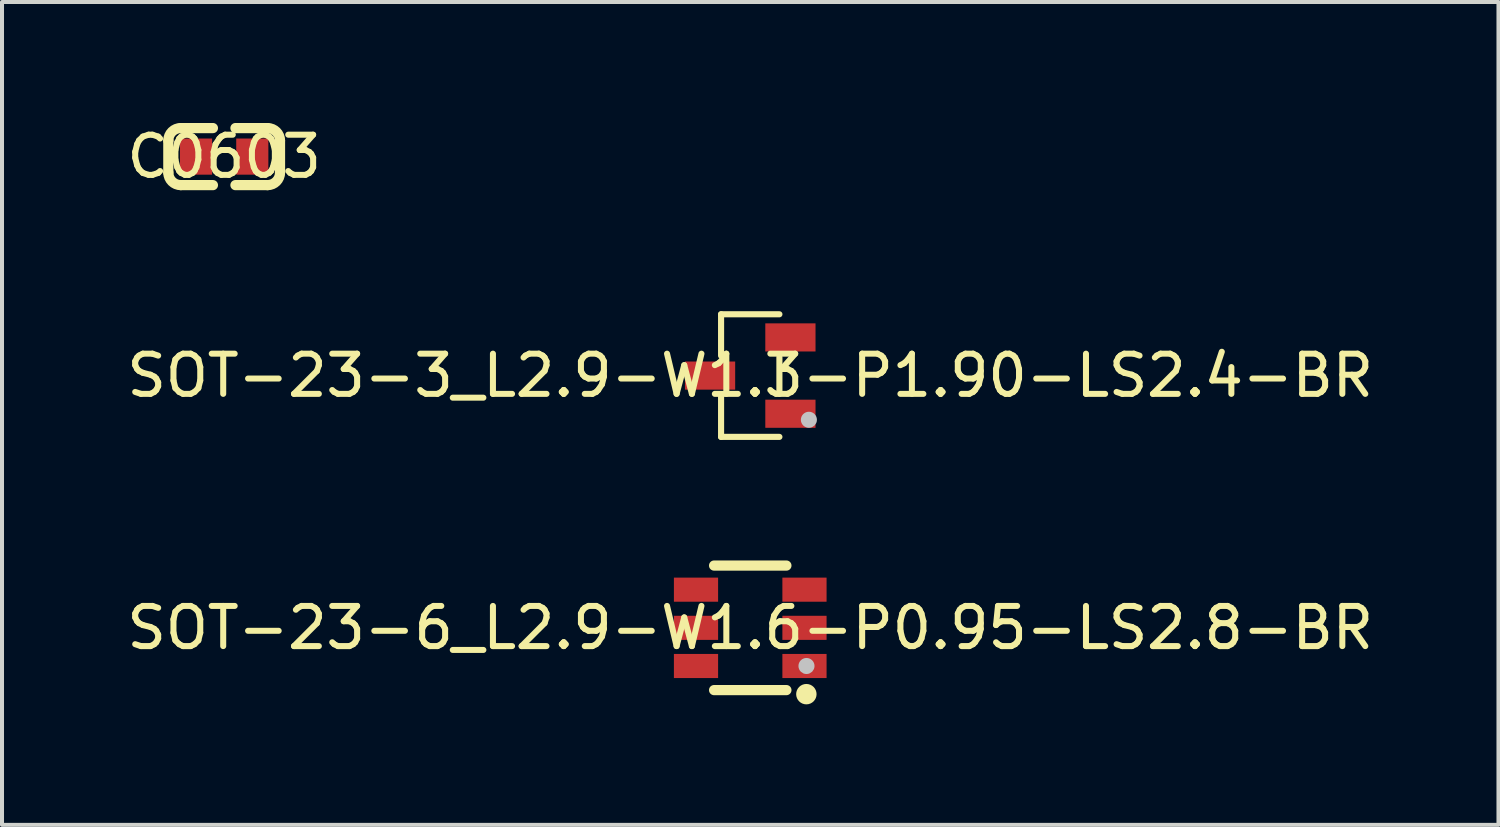
<source format=kicad_pcb>
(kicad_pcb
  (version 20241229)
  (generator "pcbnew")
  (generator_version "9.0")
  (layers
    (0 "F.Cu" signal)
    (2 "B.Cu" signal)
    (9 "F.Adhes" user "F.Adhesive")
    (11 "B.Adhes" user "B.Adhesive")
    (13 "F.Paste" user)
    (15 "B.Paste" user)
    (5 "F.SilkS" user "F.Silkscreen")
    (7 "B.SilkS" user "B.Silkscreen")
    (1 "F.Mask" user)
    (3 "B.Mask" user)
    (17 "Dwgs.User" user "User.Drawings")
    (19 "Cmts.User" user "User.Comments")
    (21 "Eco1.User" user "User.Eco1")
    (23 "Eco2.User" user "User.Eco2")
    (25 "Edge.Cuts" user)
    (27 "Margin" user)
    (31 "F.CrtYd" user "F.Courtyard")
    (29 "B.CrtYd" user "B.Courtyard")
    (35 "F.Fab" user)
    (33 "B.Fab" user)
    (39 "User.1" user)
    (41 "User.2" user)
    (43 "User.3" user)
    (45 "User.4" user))
  (footprint "SOT-23-6_L2.9-W1.6-P0.95-LS2.8-BR"
    (layer "F.Cu")
    (at 15.625 12.578)
    (property "Reference" "SOT-23-6_L2.9-W1.6-P0.95-LS2.8-BR" (at 0 0 0) (layer "F.SilkS") (effects (font (size 1 1) (thickness 0.15))))
    (fp_line (start -0.9 -1.55) (end 0.9 -1.55) (stroke (width 0.254) (type default)) (layer "F.SilkS"))
    (fp_line (start -0.9 1.55) (end 0.9 1.55) (stroke (width 0.254) (type default)) (layer "F.SilkS"))
    (fp_circle (center 1.397 1.651) (end 1.524 1.651) (stroke (width 0.254) (type default)) (fill no) (layer "F.SilkS"))
    (fp_circle (center 1.4 0.95) (end 1.5 0.95) (stroke (width 0.2) (type default)) (fill no) (layer "Dwgs.User"))
    (fp_poly (pts (xy -0.935 -0.735) (xy -0.935 -1.165) (xy -0.79 -1.165) (xy -0.79 -0.735)) (stroke (width 0.1) (type default)) (fill no) (layer "User.1"))
    (fp_poly (pts (xy -0.935 0.215) (xy -0.935 -0.215) (xy -0.79 -0.215) (xy -0.79 0.215)) (stroke (width 0.1) (type default)) (fill no) (layer "User.1"))
    (fp_poly (pts (xy -0.935 1.165) (xy -0.935 0.735) (xy -0.79 0.735) (xy -0.79 1.165)) (stroke (width 0.1) (type default)) (fill no) (layer "User.1"))
    (fp_poly (pts (xy -0.925 -0.735) (xy -0.925 -1.165) (xy -1.4 -1.165) (xy -1.4 -0.735)) (stroke (width 0.1) (type default)) (fill no) (layer "User.1"))
    (fp_poly (pts (xy -0.925 0.215) (xy -0.925 -0.215) (xy -1.4 -0.215) (xy -1.4 0.215)) (stroke (width 0.1) (type default)) (fill no) (layer "User.1"))
    (fp_poly (pts (xy -0.925 1.165) (xy -0.925 0.735) (xy -1.4 0.735) (xy -1.4 1.165)) (stroke (width 0.1) (type default)) (fill no) (layer "User.1"))
    (fp_poly (pts (xy 0.925 -0.735) (xy 0.925 -1.165) (xy 1.4 -1.165) (xy 1.4 -0.735)) (stroke (width 0.1) (type default)) (fill no) (layer "User.1"))
    (fp_poly (pts (xy 0.925 0.215) (xy 0.925 -0.215) (xy 1.4 -0.215) (xy 1.4 0.215)) (stroke (width 0.1) (type default)) (fill no) (layer "User.1"))
    (fp_poly (pts (xy 0.925 1.165) (xy 0.925 0.735) (xy 1.4 0.735) (xy 1.4 1.165)) (stroke (width 0.1) (type default)) (fill no) (layer "User.1"))
    (fp_poly (pts (xy 0.935 -1.165) (xy 0.935 -0.735) (xy 0.79 -0.735) (xy 0.79 -1.165)) (stroke (width 0.1) (type default)) (fill no) (layer "User.1"))
    (fp_poly (pts (xy 0.935 -0.215) (xy 0.935 0.215) (xy 0.79 0.215) (xy 0.79 -0.215)) (stroke (width 0.1) (type default)) (fill no) (layer "User.1"))
    (fp_poly (pts (xy 0.935 0.735) (xy 0.935 1.165) (xy 0.79 1.165) (xy 0.79 0.735)) (stroke (width 0.1) (type default)) (fill no) (layer "User.1"))
    (fp_line (start -0.8 -1.45) (end 0.8 -1.45) (stroke (width 0.051) (type default)) (layer "User.2"))
    (fp_line (start -0.8 1.45) (end -0.8 -1.45) (stroke (width 0.051) (type default)) (layer "User.2"))
    (fp_line (start 0.8 -1.45) (end 0.8 1.45) (stroke (width 0.051) (type default)) (layer "User.2"))
    (fp_line (start 0.8 1.45) (end -0.8 1.45) (stroke (width 0.051) (type default)) (layer "User.2"))
    (fp_poly (pts (xy 1.455 1.427) (xy 1.423 1.395) (xy 1.377 1.395) (xy 1.345 1.427) (xy 1.345 1.473) (xy 1.377 1.505) (xy 1.423 1.505) (xy 1.455 1.473)) (stroke (width 0.1) (type default)) (fill no) (layer "User.3"))
    (pad "1" smd rect (at 1.35 0.95) (size 1.1 0.6) (layers "F.Cu" "F.Mask" "F.Paste"))
    (pad "2" smd rect (at 1.35 0) (size 1.1 0.6) (layers "F.Cu" "F.Mask" "F.Paste"))
    (pad "3" smd rect (at 1.35 -0.95) (size 1.1 0.6) (layers "F.Cu" "F.Mask" "F.Paste"))
    (pad "4" smd rect (at -1.35 -0.95) (size 1.1 0.6) (layers "F.Cu" "F.Mask" "F.Paste"))
    (pad "5" smd rect (at -1.35 0) (size 1.1 0.6) (layers "F.Cu" "F.Mask" "F.Paste"))
    (pad "6" smd rect (at -1.35 0.95) (size 1.1 0.6) (layers "F.Cu" "F.Mask" "F.Paste")))
  (footprint "C0603"
    (layer "F.Cu")
    (at 2.53 0.848)
    (property "Reference" "C0603" (at 0 0 0) (layer "F.SilkS") (effects (font (size 1 1) (thickness 0.15))))
    (fp_line (start -1.39 0.4) (end -1.39 -0.401) (stroke (width 0.254) (type default)) (layer "F.SilkS"))
    (fp_line (start -0.28 -0.71) (end -1.08 -0.71) (stroke (width 0.254) (type default)) (layer "F.SilkS"))
    (fp_line (start -0.28 0.71) (end -1.08 0.71) (stroke (width 0.254) (type default)) (layer "F.SilkS"))
    (fp_line (start 0.281 -0.71) (end 1.08 -0.71) (stroke (width 0.254) (type default)) (layer "F.SilkS"))
    (fp_line (start 0.281 0.71) (end 1.08 0.71) (stroke (width 0.254) (type default)) (layer "F.SilkS"))
    (fp_line (start 1.39 -0.4) (end 1.39 0.401) (stroke (width 0.254) (type default)) (layer "F.SilkS"))
    (fp_arc (start -1.39 -0.4) (mid -1.29938 -0.619527) (end -1.08 -0.71) (stroke (width 0.254) (type default)) (layer "F.SilkS"))
    (fp_arc (start -1.08 0.7095) (mid -1.299203 0.618703) (end -1.39 0.3995) (stroke (width 0.254) (type default)) (layer "F.SilkS"))
    (fp_arc (start 1.08 -0.7095) (mid 1.29885 -0.61885) (end 1.39 -0.4) (stroke (width 0.254) (type default)) (layer "F.SilkS"))
    (fp_arc (start 1.39 0.4) (mid 1.299203 0.619203) (end 1.08 0.71) (stroke (width 0.254) (type default)) (layer "F.SilkS"))
    (fp_poly (pts (xy -0.8 0.4) (xy -0.8 -0.4) (xy -0.5 -0.4) (xy -0.5 0.4)) (stroke (width 0.1) (type default)) (fill no) (layer "User.1"))
    (fp_poly (pts (xy 0.8 0.4) (xy 0.8 -0.4) (xy 0.5 -0.4) (xy 0.5 0.4)) (stroke (width 0.1) (type default)) (fill no) (layer "User.1"))
    (fp_line (start -0.8 -0.4) (end 0.8 -0.4) (stroke (width 0.051) (type default)) (layer "User.2"))
    (fp_line (start -0.8 0.4) (end -0.8 -0.4) (stroke (width 0.051) (type default)) (layer "User.2"))
    (fp_line (start 0.8 -0.4) (end 0.8 0.4) (stroke (width 0.051) (type default)) (layer "User.2"))
    (fp_line (start 0.8 0.4) (end -0.8 0.4) (stroke (width 0.051) (type default)) (layer "User.2"))
    (fp_poly (pts (xy -0.745 0.377) (xy -0.777 0.345) (xy -0.823 0.345) (xy -0.855 0.377) (xy -0.855 0.423) (xy -0.823 0.455) (xy -0.777 0.455) (xy -0.745 0.423)) (stroke (width 0.1) (type default)) (fill no) (layer "User.3"))
    (pad "1" smd rect (at -0.7 0) (size 0.8 0.9) (layers "F.Cu" "F.Mask" "F.Paste"))
    (pad "2" smd rect (at 0.7 0) (size 0.8 0.9) (layers "F.Cu" "F.Mask" "F.Paste")))
  (footprint "SOT-23-3_L2.9-W1.3-P1.90-LS2.4-BR"
    (layer "F.Cu")
    (at 15.625 6.299)
    (property "Reference" "SOT-23-3_L2.9-W1.3-P1.90-LS2.4-BR" (at 0 0 0) (layer "F.SilkS") (effects (font (size 1 1) (thickness 0.15))))
    (fp_line (start -0.726 -1.526) (end -0.726 -0.494) (stroke (width 0.152) (type default)) (layer "F.SilkS"))
    (fp_line (start -0.726 1.526) (end -0.726 0.494) (stroke (width 0.152) (type default)) (layer "F.SilkS"))
    (fp_line (start 0.726 -1.526) (end -0.726 -1.526) (stroke (width 0.152) (type default)) (layer "F.SilkS"))
    (fp_line (start 0.726 -0.456) (end 0.726 0.456) (stroke (width 0.152) (type default)) (layer "F.SilkS"))
    (fp_line (start 0.726 1.526) (end -0.726 1.526) (stroke (width 0.152) (type default)) (layer "F.SilkS"))
    (fp_circle (center 1.46 1.1) (end 1.56 1.1) (stroke (width 0.2) (type default)) (fill no) (layer "Dwgs.User"))
    (fp_poly (pts (xy -1.2 0.215) (xy -1.2 -0.215) (xy -0.9 -0.215) (xy -0.9 0.215)) (stroke (width 0.1) (type default)) (fill no) (layer "User.1"))
    (fp_poly (pts (xy -0.91 0.215) (xy -0.91 -0.215) (xy -0.64 -0.215) (xy -0.64 0.215)) (stroke (width 0.1) (type default)) (fill no) (layer "User.1"))
    (fp_poly (pts (xy 0.64 -0.735) (xy 0.64 -1.165) (xy 0.91 -1.165) (xy 0.91 -0.735)) (stroke (width 0.1) (type default)) (fill no) (layer "User.1"))
    (fp_poly (pts (xy 0.64 1.165) (xy 0.64 0.735) (xy 0.91 0.735) (xy 0.91 1.165)) (stroke (width 0.1) (type default)) (fill no) (layer "User.1"))
    (fp_poly (pts (xy 0.9 -0.735) (xy 0.9 -1.165) (xy 1.2 -1.165) (xy 1.2 -0.735)) (stroke (width 0.1) (type default)) (fill no) (layer "User.1"))
    (fp_poly (pts (xy 0.9 1.165) (xy 0.9 0.735) (xy 1.2 0.735) (xy 1.2 1.165)) (stroke (width 0.1) (type default)) (fill no) (layer "User.1"))
    (fp_line (start -0.65 -1.45) (end 0.65 -1.45) (stroke (width 0.051) (type default)) (layer "User.2"))
    (fp_line (start -0.65 1.45) (end -0.65 -1.45) (stroke (width 0.051) (type default)) (layer "User.2"))
    (fp_line (start 0.65 -1.45) (end 0.65 1.45) (stroke (width 0.051) (type default)) (layer "User.2"))
    (fp_line (start 0.65 1.45) (end -0.65 1.45) (stroke (width 0.051) (type default)) (layer "User.2"))
    (fp_poly (pts (xy 1.255 1.427) (xy 1.223 1.395) (xy 1.177 1.395) (xy 1.145 1.427) (xy 1.145 1.473) (xy 1.177 1.505) (xy 1.223 1.505) (xy 1.255 1.473)) (stroke (width 0.1) (type default)) (fill no) (layer "User.3"))
    (pad "1" smd rect (at 1 0.95) (size 1.25 0.7) (layers "F.Cu" "F.Mask" "F.Paste"))
    (pad "2" smd rect (at 1 -0.95) (size 1.25 0.7) (layers "F.Cu" "F.Mask" "F.Paste"))
    (pad "3" smd rect (at -1 0) (size 1.25 0.7) (layers "F.Cu" "F.Mask" "F.Paste")))
  (gr_rect
    (start -3 -3)
    (end 34.25 17.483)
    (stroke (width 0.1) (type default))
    (fill no)
    (layer "Edge.Cuts")))
</source>
